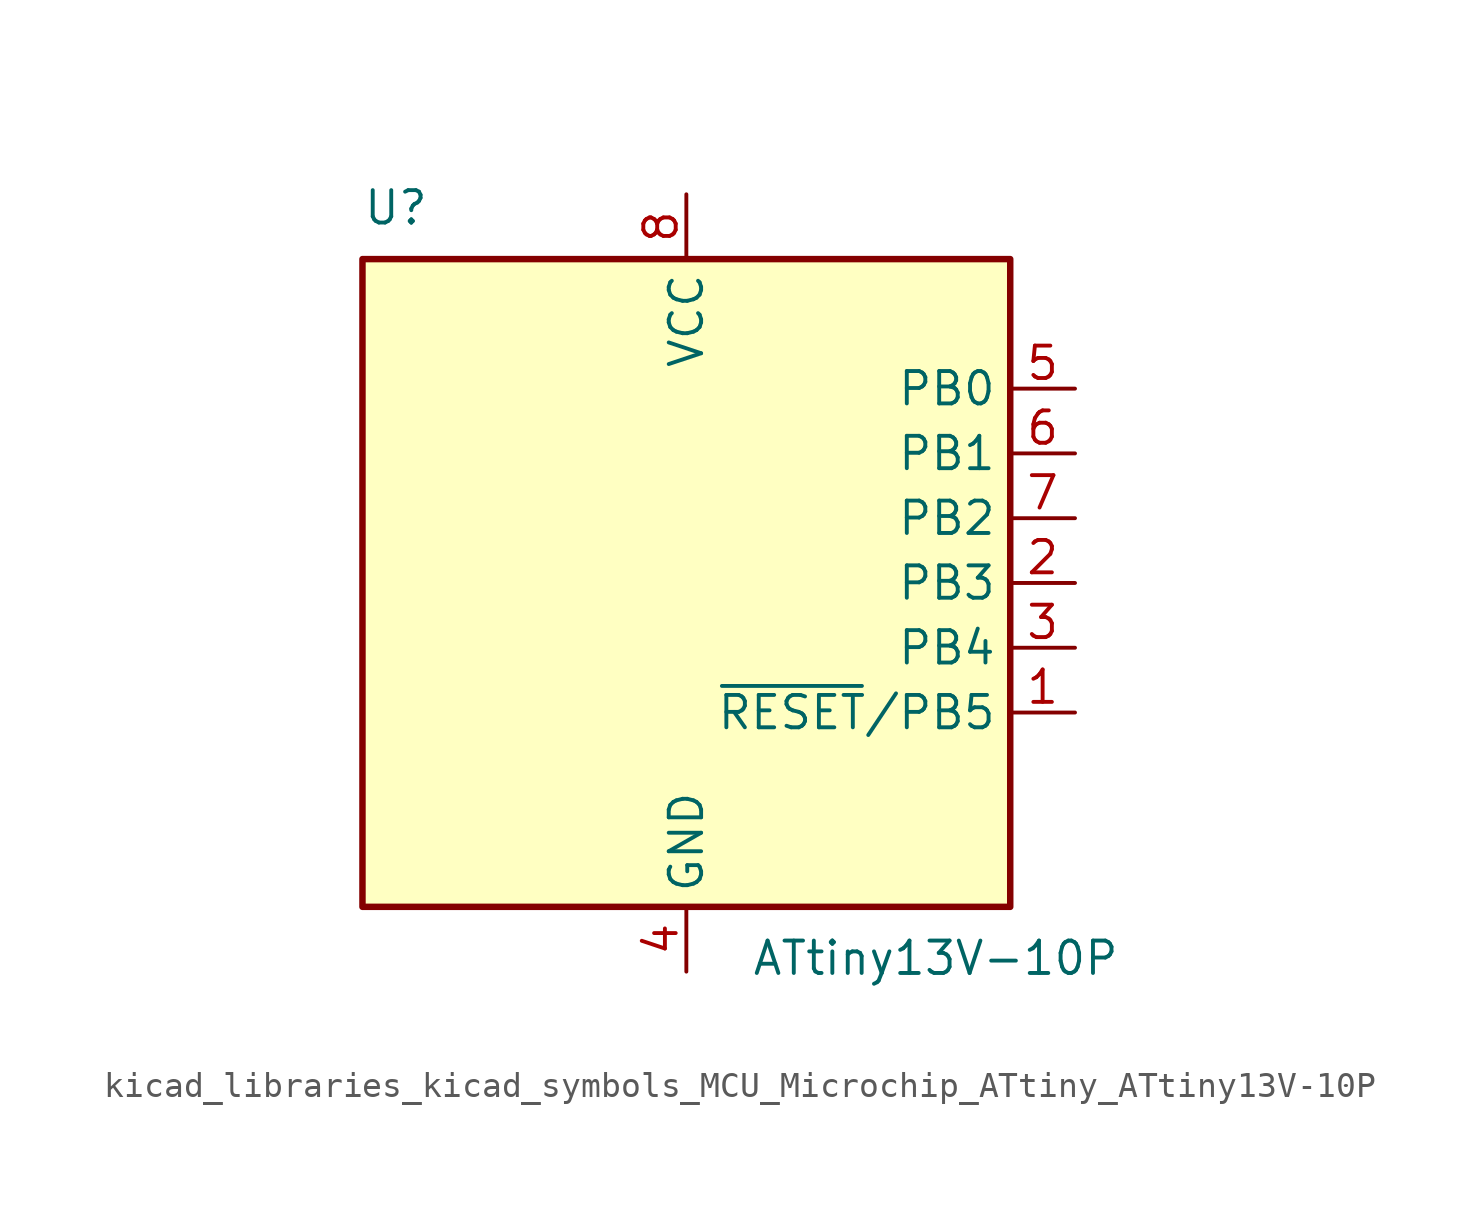
<source format=kicad_sym>
(kicad_symbol_lib
  (version 20220914)
  (generator kicad_symbol_editor)
  (symbol "kicad_libraries_kicad_symbols_MCU_Microchip_ATtiny_ATtiny13V-10P"
    (property "Reference" "U"
      (at -12.7 13.97 0)
      (effects (font (size 1.27 1.27)) (justify left bottom)))
    (property "Value" "ATtiny13V-10P"
      (at 2.54 -13.97 0)
      (effects (font (size 1.27 1.27)) (justify left top)))
    (symbol "kicad_libraries_kicad_symbols_MCU_Microchip_ATtiny_ATtiny13V-10P_0_1"
      (rectangle (start -12.7 -12.7) (end 12.7 12.7) (stroke (width 0.254) (type default)) (fill (type background))))
    (symbol "kicad_libraries_kicad_symbols_MCU_Microchip_ATtiny_ATtiny13V-10P_1_1"
      (pin bidirectional line (at 15.24 -5.08 180) (length 2.54) (name "~{RESET}/PB5" (effects (font (size 1.27 1.27)))) (number "1" (effects (font (size 1.27 1.27)))))
      (pin bidirectional line (at 15.24 0 180) (length 2.54) (name "PB3" (effects (font (size 1.27 1.27)))) (number "2" (effects (font (size 1.27 1.27)))))
      (pin bidirectional line (at 15.24 -2.54 180) (length 2.54) (name "PB4" (effects (font (size 1.27 1.27)))) (number "3" (effects (font (size 1.27 1.27)))))
      (pin power_in line (at 0 -15.24 90) (length 2.54) (name "GND" (effects (font (size 1.27 1.27)))) (number "4" (effects (font (size 1.27 1.27)))))
      (pin bidirectional line (at 15.24 7.62 180) (length 2.54) (name "PB0" (effects (font (size 1.27 1.27)))) (number "5" (effects (font (size 1.27 1.27)))))
      (pin bidirectional line (at 15.24 5.08 180) (length 2.54) (name "PB1" (effects (font (size 1.27 1.27)))) (number "6" (effects (font (size 1.27 1.27)))))
      (pin bidirectional line (at 15.24 2.54 180) (length 2.54) (name "PB2" (effects (font (size 1.27 1.27)))) (number "7" (effects (font (size 1.27 1.27)))))
      (pin power_in line (at 0 15.24 270) (length 2.54) (name "VCC" (effects (font (size 1.27 1.27)))) (number "8" (effects (font (size 1.27 1.27))))))))
</source>
